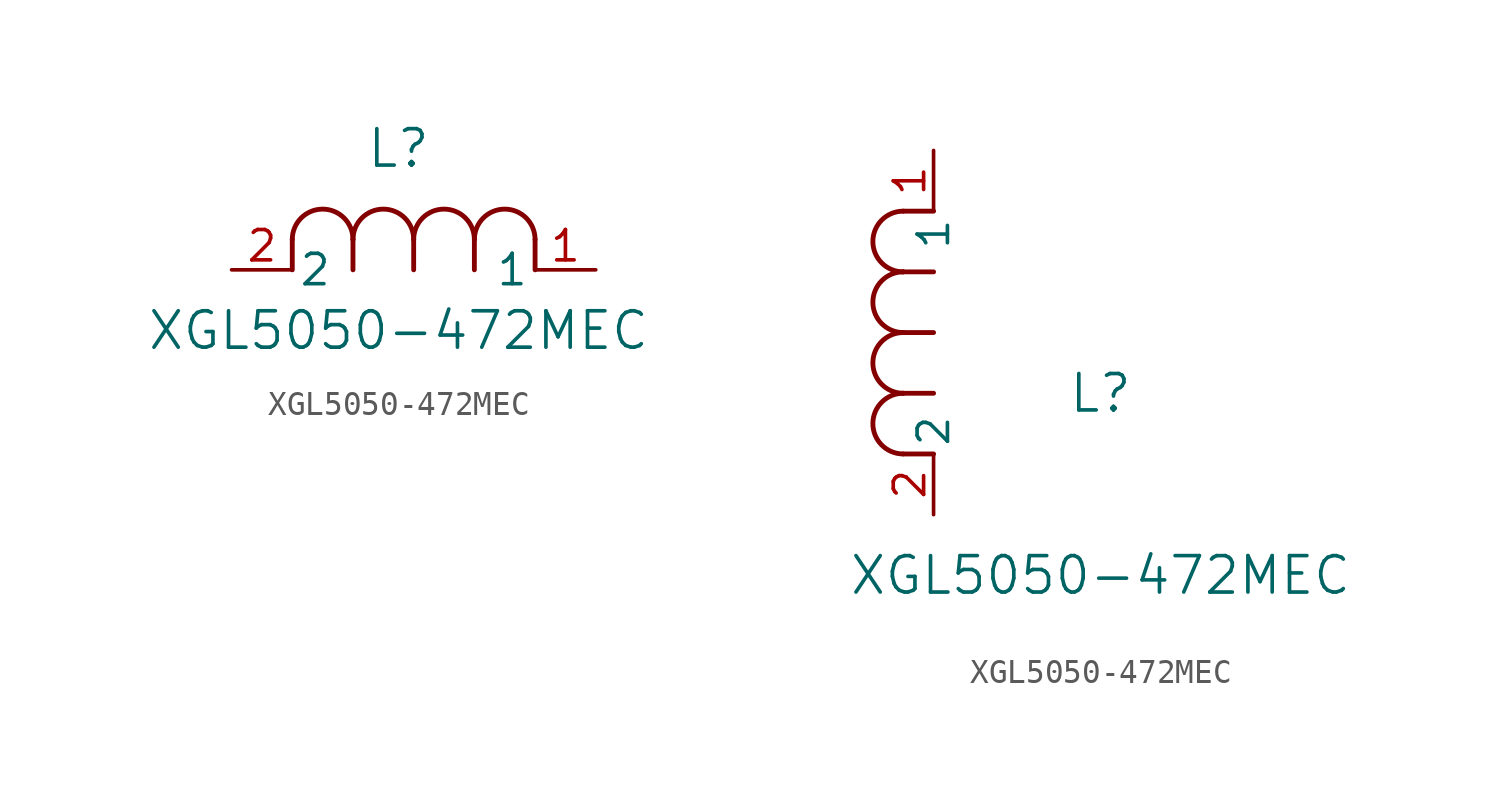
<source format=kicad_sym>
(kicad_symbol_lib
  (version 20211014)
  (generator kicad_symbol_editor)
  (symbol "XGL5050-472MEC"
    (pin_names
      (offset 0.254))
    (property "Reference" "L"
      (at 6.985 5.08 0)
      (effects (font (size 1.524 1.524))))
    (property "Value" "XGL5050-472MEC"
      (at 6.985 -2.54 0)
      (effects (font (size 1.524 1.524))))
    (symbol "XGL5050-472MEC_1_1"
      (arc (start 7.62 1.27) (mid 6.35 2.54) (end 5.08 1.27) (stroke (width 0.2032) (type default) (color 0 0 0 0)) (fill (type none)))
      (polyline (pts (xy 5.08 0) (xy 5.08 1.27)) (stroke (width 0.203) (type default) (color 0 0 0 0)) (fill (type none)))
      (polyline (pts (xy 7.62 0) (xy 7.62 1.27)) (stroke (width 0.203) (type default) (color 0 0 0 0)) (fill (type none)))
      (polyline (pts (xy 12.7 0) (xy 12.7 1.27)) (stroke (width 0.203) (type default) (color 0 0 0 0)) (fill (type none)))
      (arc (start 5.08 1.27) (mid 3.81 2.54) (end 2.54 1.27) (stroke (width 0.2032) (type default) (color 0 0 0 0)) (fill (type none)))
      (arc (start 10.16 1.27) (mid 8.89 2.54) (end 7.62 1.27) (stroke (width 0.2032) (type default) (color 0 0 0 0)) (fill (type none)))
      (arc (start 12.7 1.27) (mid 11.43 2.54) (end 10.16 1.27) (stroke (width 0.2032) (type default) (color 0 0 0 0)) (fill (type none)))
      (polyline (pts (xy 2.54 0) (xy 2.54 1.27)) (stroke (width 0.203) (type default) (color 0 0 0 0)) (fill (type none)))
      (polyline (pts (xy 10.16 0) (xy 10.16 1.27)) (stroke (width 0.203) (type default) (color 0 0 0 0)) (fill (type none)))
      (pin unspecified line (at 0 0 0) (length 2.54) (name "2" (effects (font (size 1.27 1.27)))) (number "2" (effects (font (size 1.27 1.27)))))
      (pin unspecified line (at 15.24 0 180) (length 2.54) (name "1" (effects (font (size 1.27 1.27)))) (number "1" (effects (font (size 1.27 1.27))))))
    (symbol "XGL5050-472MEC_1_2"
      (arc (start -1.27 7.62) (mid -2.54 6.35) (end -1.27 5.08) (stroke (width 0.2032) (type default) (color 0 0 0 0)) (fill (type none)))
      (arc (start -1.27 5.08) (mid -2.54 3.81) (end -1.27 2.54) (stroke (width 0.2032) (type default) (color 0 0 0 0)) (fill (type none)))
      (arc (start -1.27 12.7) (mid -2.54 11.43) (end -1.27 10.16) (stroke (width 0.2032) (type default) (color 0 0 0 0)) (fill (type none)))
      (arc (start -1.27 10.16) (mid -2.54 8.89) (end -1.27 7.62) (stroke (width 0.2032) (type default) (color 0 0 0 0)) (fill (type none)))
      (polyline (pts (xy 0 7.62) (xy -1.27 7.62)) (stroke (width 0.203) (type default) (color 0 0 0 0)) (fill (type none)))
      (polyline (pts (xy 0 5.08) (xy -1.27 5.08)) (stroke (width 0.203) (type default) (color 0 0 0 0)) (fill (type none)))
      (polyline (pts (xy 0 12.7) (xy -1.27 12.7)) (stroke (width 0.203) (type default) (color 0 0 0 0)) (fill (type none)))
      (polyline (pts (xy 0 2.54) (xy -1.27 2.54)) (stroke (width 0.203) (type default) (color 0 0 0 0)) (fill (type none)))
      (polyline (pts (xy 0 10.16) (xy -1.27 10.16)) (stroke (width 0.203) (type default) (color 0 0 0 0)) (fill (type none)))
      (pin unspecified line (at 0 0 90) (length 2.54) (name "2" (effects (font (size 1.27 1.27)))) (number "2" (effects (font (size 1.27 1.27)))))
      (pin unspecified line (at 0 15.24 270) (length 2.54) (name "1" (effects (font (size 1.27 1.27)))) (number "1" (effects (font (size 1.27 1.27))))))))
</source>
